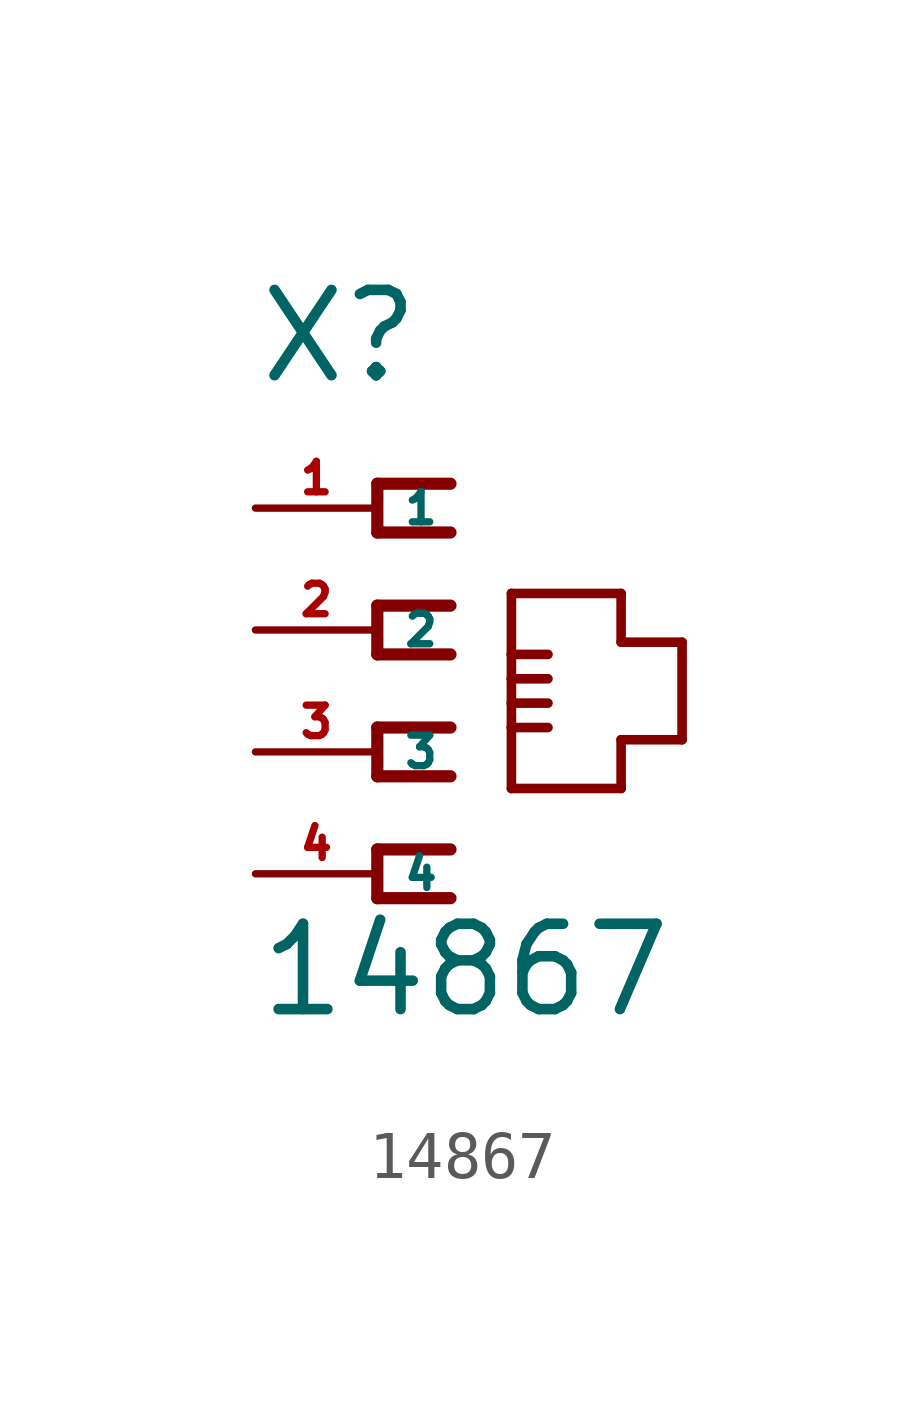
<source format=kicad_sym>
(kicad_symbol_lib
  (version 20220914)
  (generator Eagle2Kicad)
  (symbol "14867"
    (property "Reference" "X"
      (at -2.54 7.62 0)
      (effects (font (size 1.778 1.778) (thickness 0.22)) (justify left bottom)))
    (property "Value" "14867"
      (at -2.54 -5.588 0)
      (effects (font (size 1.778 1.778) (thickness 0.22)) (justify left bottom)))
    (polyline
      (pts (xy 1.524 5.588) (xy 0 5.588))
      (stroke (width 0.254) (type default))
      (fill (type none)))
    (polyline
      (pts (xy 0 5.588) (xy 0 4.572))
      (stroke (width 0.254) (type default))
      (fill (type none)))
    (polyline
      (pts (xy 0 4.572) (xy 1.524 4.572))
      (stroke (width 0.254) (type default))
      (fill (type none)))
    (polyline
      (pts (xy 1.524 3.048) (xy 0 3.048))
      (stroke (width 0.254) (type default))
      (fill (type none)))
    (polyline
      (pts (xy 0 3.048) (xy 0 2.032))
      (stroke (width 0.254) (type default))
      (fill (type none)))
    (polyline
      (pts (xy 0 2.032) (xy 1.524 2.032))
      (stroke (width 0.254) (type default))
      (fill (type none)))
    (polyline
      (pts (xy 1.524 0.508) (xy 0 0.508))
      (stroke (width 0.254) (type default))
      (fill (type none)))
    (polyline
      (pts (xy 0 0.508) (xy 0 -0.508))
      (stroke (width 0.254) (type default))
      (fill (type none)))
    (polyline
      (pts (xy 0 -0.508) (xy 1.524 -0.508))
      (stroke (width 0.254) (type default))
      (fill (type none)))
    (polyline
      (pts (xy 1.524 -2.032) (xy 0 -2.032))
      (stroke (width 0.254) (type default))
      (fill (type none)))
    (polyline
      (pts (xy 0 -2.032) (xy 0 -3.048))
      (stroke (width 0.254) (type default))
      (fill (type none)))
    (polyline
      (pts (xy 0 -3.048) (xy 1.524 -3.048))
      (stroke (width 0.254) (type default))
      (fill (type none)))
    (polyline
      (pts (xy 2.794 -0.762) (xy 5.08 -0.762))
      (stroke (width 0.2) (type default))
      (fill (type none)))
    (polyline
      (pts (xy 5.08 -0.762) (xy 5.08 0.254))
      (stroke (width 0.2) (type default))
      (fill (type none)))
    (polyline
      (pts (xy 5.08 0.254) (xy 6.35 0.254))
      (stroke (width 0.2) (type default))
      (fill (type none)))
    (polyline
      (pts (xy 6.35 0.254) (xy 6.35 2.286))
      (stroke (width 0.2) (type default))
      (fill (type none)))
    (polyline
      (pts (xy 6.35 2.286) (xy 5.08 2.286))
      (stroke (width 0.2) (type default))
      (fill (type none)))
    (polyline
      (pts (xy 5.08 2.286) (xy 5.08 3.302))
      (stroke (width 0.2) (type default))
      (fill (type none)))
    (polyline
      (pts (xy 5.08 3.302) (xy 2.794 3.302))
      (stroke (width 0.2) (type default))
      (fill (type none)))
    (polyline
      (pts (xy 2.794 3.302) (xy 2.794 2.032))
      (stroke (width 0.2) (type default))
      (fill (type none)))
    (polyline
      (pts (xy 2.794 2.032) (xy 2.794 1.524))
      (stroke (width 0.2) (type default))
      (fill (type none)))
    (polyline
      (pts (xy 2.794 1.524) (xy 2.794 1.016))
      (stroke (width 0.2) (type default))
      (fill (type none)))
    (polyline
      (pts (xy 2.794 1.016) (xy 2.794 0.508))
      (stroke (width 0.2) (type default))
      (fill (type none)))
    (polyline
      (pts (xy 2.794 0.508) (xy 2.794 -0.762))
      (stroke (width 0.2) (type default))
      (fill (type none)))
    (polyline
      (pts (xy 2.794 2.032) (xy 3.556 2.032))
      (stroke (width 0.2) (type default))
      (fill (type none)))
    (polyline
      (pts (xy 2.794 1.524) (xy 3.556 1.524))
      (stroke (width 0.2) (type default))
      (fill (type none)))
    (polyline
      (pts (xy 2.794 1.016) (xy 3.556 1.016))
      (stroke (width 0.2) (type default))
      (fill (type none)))
    (polyline
      (pts (xy 2.794 0.508) (xy 3.556 0.508))
      (stroke (width 0.2) (type default))
      (fill (type none)))
    (pin passive line
      (at -2.54 5.08 0)
      (length 2.54)
      (name "1" (effects (font (size 0.635 0.635) (thickness 0.08)) (justify left bottom)))
      (number "1" (effects (font (size 0.635 0.635) (thickness 0.08)) (justify left bottom))))
    (pin passive line
      (at -2.54 2.54 0)
      (length 2.54)
      (name "2" (effects (font (size 0.635 0.635) (thickness 0.08)) (justify left bottom)))
      (number "2" (effects (font (size 0.635 0.635) (thickness 0.08)) (justify left bottom))))
    (pin passive line
      (at -2.54 0 0)
      (length 2.54)
      (name "3" (effects (font (size 0.635 0.635) (thickness 0.08)) (justify left bottom)))
      (number "3" (effects (font (size 0.635 0.635) (thickness 0.08)) (justify left bottom))))
    (pin passive line
      (at -2.54 -2.54 0)
      (length 2.54)
      (name "4" (effects (font (size 0.635 0.635) (thickness 0.08)) (justify left bottom)))
      (number "4" (effects (font (size 0.635 0.635) (thickness 0.08)) (justify left bottom))))))
</source>
